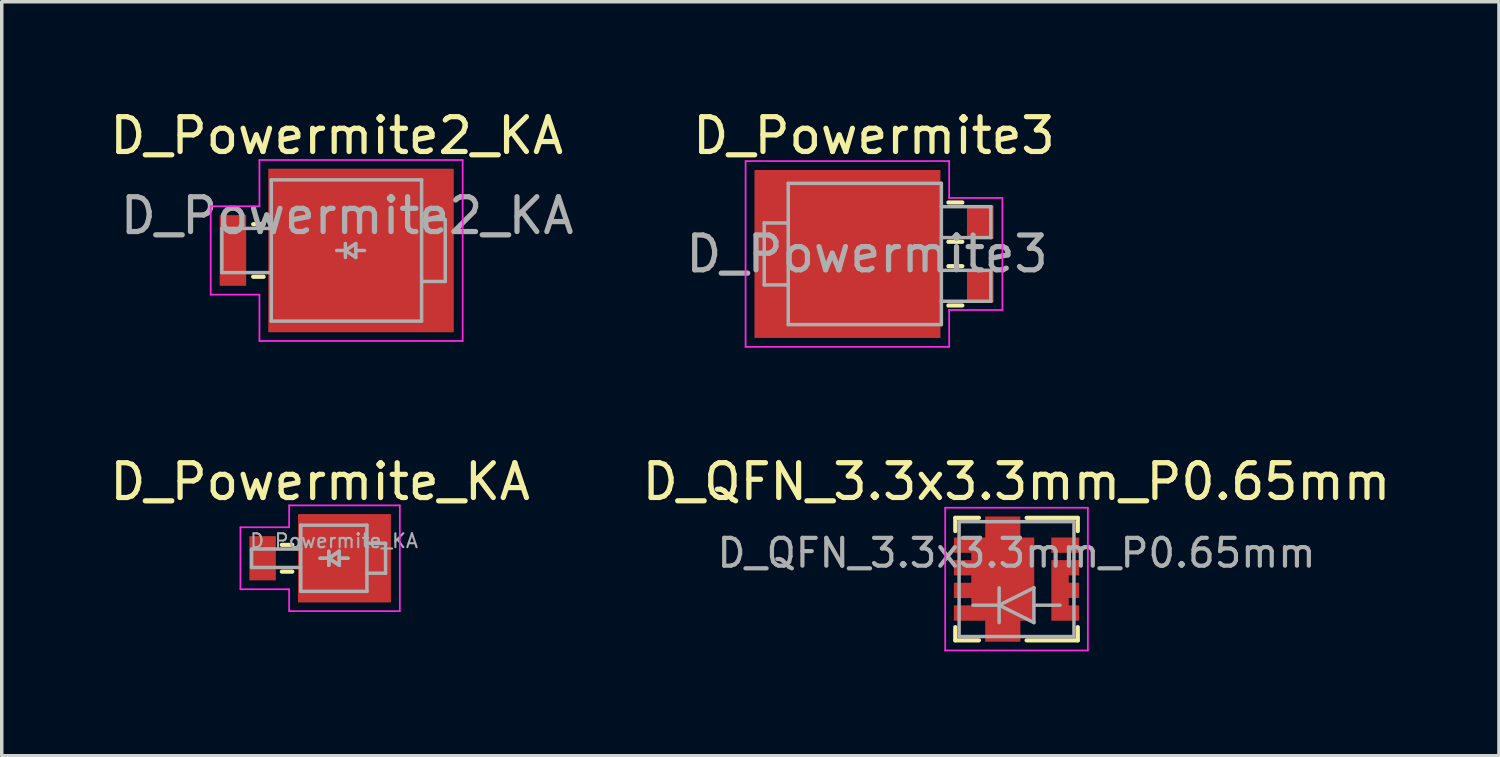
<source format=kicad_pcb>
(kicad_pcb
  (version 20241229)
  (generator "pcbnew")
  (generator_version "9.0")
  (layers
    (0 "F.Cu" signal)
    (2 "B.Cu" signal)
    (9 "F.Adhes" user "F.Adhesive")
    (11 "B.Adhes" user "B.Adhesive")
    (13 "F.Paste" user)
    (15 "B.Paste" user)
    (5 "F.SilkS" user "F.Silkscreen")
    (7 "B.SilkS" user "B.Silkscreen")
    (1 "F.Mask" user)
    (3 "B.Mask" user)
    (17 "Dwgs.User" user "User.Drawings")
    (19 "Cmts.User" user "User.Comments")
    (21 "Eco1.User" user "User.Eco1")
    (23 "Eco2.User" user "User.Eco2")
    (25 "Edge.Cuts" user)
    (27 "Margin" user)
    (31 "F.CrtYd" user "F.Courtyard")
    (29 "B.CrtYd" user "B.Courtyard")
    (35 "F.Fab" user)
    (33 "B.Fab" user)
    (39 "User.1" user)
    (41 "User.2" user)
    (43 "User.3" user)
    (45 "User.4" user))
  (footprint "D_Powermite3"
    (layer "F.Cu")
    (at 22.065 4.248)
    (property "Reference" "D_Powermite3" (at 0 -3.4 0) (layer "F.SilkS") (effects (font (size 1 1) (thickness 0.15))))
    (attr smd)
    (fp_line (start 2.538 -1.48) (end 2.138 -1.48) (stroke (width 0.12) (type solid)) (layer "F.SilkS"))
    (fp_line (start 2.538 -0.35) (end 2.138 -0.35) (stroke (width 0.12) (type solid)) (layer "F.SilkS"))
    (fp_line (start 2.538 0.35) (end 2.138 0.35) (stroke (width 0.12) (type solid)) (layer "F.SilkS"))
    (fp_line (start 2.538 1.48) (end 2.138 1.48) (stroke (width 0.12) (type solid)) (layer "F.SilkS"))
    (fp_line (start -3.69 -2.67) (end -3.69 2.67) (stroke (width 0.05) (type solid)) (layer "F.CrtYd"))
    (fp_line (start -3.69 2.67) (end 2.16 2.67) (stroke (width 0.05) (type solid)) (layer "F.CrtYd"))
    (fp_line (start 2.16 -2.67) (end -3.69 -2.67) (stroke (width 0.05) (type solid)) (layer "F.CrtYd"))
    (fp_line (start 2.16 -1.61) (end 2.16 -2.67) (stroke (width 0.05) (type solid)) (layer "F.CrtYd"))
    (fp_line (start 2.16 1.61) (end 3.69 1.61) (stroke (width 0.05) (type solid)) (layer "F.CrtYd"))
    (fp_line (start 2.16 2.67) (end 2.16 1.61) (stroke (width 0.05) (type solid)) (layer "F.CrtYd"))
    (fp_line (start 3.69 -1.61) (end 2.16 -1.61) (stroke (width 0.05) (type solid)) (layer "F.CrtYd"))
    (fp_line (start 3.69 1.61) (end 3.69 -1.61) (stroke (width 0.05) (type solid)) (layer "F.CrtYd"))
    (fp_line (start -3.154 -0.89) (end -2.464 -0.89) (stroke (width 0.1) (type solid)) (layer "F.Fab"))
    (fp_line (start -3.154 0.89) (end -3.154 -0.89) (stroke (width 0.1) (type solid)) (layer "F.Fab"))
    (fp_line (start -2.464 -2.03) (end -2.464 2.03) (stroke (width 0.1) (type solid)) (layer "F.Fab"))
    (fp_line (start -2.464 0.89) (end -3.154 0.89) (stroke (width 0.1) (type solid)) (layer "F.Fab"))
    (fp_line (start -2.464 2.03) (end 1.936 2.03) (stroke (width 0.1) (type solid)) (layer "F.Fab"))
    (fp_line (start 1.936 -2.03) (end -2.464 -2.03) (stroke (width 0.1) (type solid)) (layer "F.Fab"))
    (fp_line (start 1.936 2.03) (end 1.936 -2.03) (stroke (width 0.1) (type solid)) (layer "F.Fab"))
    (fp_line (start 3.358 -1.359) (end 1.936 -1.359) (stroke (width 0.1) (type solid)) (layer "F.Fab"))
    (fp_line (start 3.358 -0.47) (end 1.936 -0.47) (stroke (width 0.1) (type solid)) (layer "F.Fab"))
    (fp_line (start 3.358 -0.47) (end 3.358 -1.359) (stroke (width 0.1) (type solid)) (layer "F.Fab"))
    (fp_line (start 3.358 0.47) (end 1.936 0.47) (stroke (width 0.1) (type solid)) (layer "F.Fab"))
    (fp_line (start 3.358 1.359) (end 1.936 1.359) (stroke (width 0.1) (type solid)) (layer "F.Fab"))
    (fp_line (start 3.358 1.359) (end 3.358 0.47) (stroke (width 0.1) (type solid)) (layer "F.Fab"))
    (fp_text user "${REFERENCE}" (at -0.2 0 0) (layer "F.Fab") (effects (font (size 1 1) (thickness 0.15))))
    (pad "1" smd rect (at -0.762 0 180) (size 5.344 4.826) (layers "F.Cu" "F.Mask" "F.Paste"))
    (pad "2" smd rect (at 3.053 -0.914 180) (size 0.762 0.965) (layers "F.Cu" "F.Mask" "F.Paste"))
    (pad "3" smd rect (at 3.053 0.914 180) (size 0.762 0.965) (layers "F.Cu" "F.Mask" "F.Paste")))
  (footprint "D_Powermite2_KA"
    (layer "F.Cu")
    (at 6.625 4.148)
    (property "Reference" "D_Powermite2_KA" (at 0 -3.3 0) (layer "F.SilkS") (effects (font (size 1 1) (thickness 0.15))))
    (attr smd)
    (fp_line (start -2.4 -0.755) (end -2.1 -0.755) (stroke (width 0.12) (type solid)) (layer "F.SilkS"))
    (fp_line (start -2.4 0.755) (end -2.1 0.755) (stroke (width 0.12) (type solid)) (layer "F.SilkS"))
    (fp_line (start -3.62 -1.27) (end -3.62 1.27) (stroke (width 0.05) (type solid)) (layer "F.CrtYd"))
    (fp_line (start -3.62 1.27) (end -2.22 1.27) (stroke (width 0.05) (type solid)) (layer "F.CrtYd"))
    (fp_line (start -2.22 -2.6) (end -2.22 -1.27) (stroke (width 0.05) (type solid)) (layer "F.CrtYd"))
    (fp_line (start -2.22 -1.27) (end -3.62 -1.27) (stroke (width 0.05) (type solid)) (layer "F.CrtYd"))
    (fp_line (start -2.22 1.27) (end -2.22 2.6) (stroke (width 0.05) (type solid)) (layer "F.CrtYd"))
    (fp_line (start -2.22 2.6) (end 3.62 2.6) (stroke (width 0.05) (type solid)) (layer "F.CrtYd"))
    (fp_line (start 3.62 -2.6) (end -2.22 -2.6) (stroke (width 0.05) (type solid)) (layer "F.CrtYd"))
    (fp_line (start 3.62 2.6) (end 3.62 -2.6) (stroke (width 0.05) (type solid)) (layer "F.CrtYd"))
    (fp_line (start -3.3 -0.635) (end -3.3 0.635) (stroke (width 0.1) (type solid)) (layer "F.Fab"))
    (fp_line (start -3.3 -0.635) (end -1.88 -0.635) (stroke (width 0.1) (type solid)) (layer "F.Fab"))
    (fp_line (start -3.3 0.635) (end -1.88 0.635) (stroke (width 0.1) (type solid)) (layer "F.Fab"))
    (fp_line (start -1.88 -2.03) (end -1.88 2.03) (stroke (width 0.1) (type solid)) (layer "F.Fab"))
    (fp_line (start -1.88 2.03) (end 2.44 2.03) (stroke (width 0.1) (type solid)) (layer "F.Fab"))
    (fp_line (start 0.25 0) (end 0 0) (stroke (width 0.1) (type solid)) (layer "F.Fab"))
    (fp_line (start 0.25 0) (end 0.55 0.2) (stroke (width 0.1) (type solid)) (layer "F.Fab"))
    (fp_line (start 0.25 0.2) (end 0.25 -0.2) (stroke (width 0.1) (type solid)) (layer "F.Fab"))
    (fp_line (start 0.55 -0.2) (end 0.25 0) (stroke (width 0.1) (type solid)) (layer "F.Fab"))
    (fp_line (start 0.55 0) (end 0.8 0) (stroke (width 0.1) (type solid)) (layer "F.Fab"))
    (fp_line (start 0.55 0.2) (end 0.55 -0.2) (stroke (width 0.1) (type solid)) (layer "F.Fab"))
    (fp_line (start 2.44 -2.03) (end -1.88 -2.03) (stroke (width 0.1) (type solid)) (layer "F.Fab"))
    (fp_line (start 2.44 -0.89) (end 3.12 -0.89) (stroke (width 0.1) (type solid)) (layer "F.Fab"))
    (fp_line (start 2.44 2.03) (end 2.44 -2.03) (stroke (width 0.1) (type solid)) (layer "F.Fab"))
    (fp_line (start 3.12 -0.89) (end 3.12 0.89) (stroke (width 0.1) (type solid)) (layer "F.Fab"))
    (fp_line (start 3.12 0.89) (end 2.44 0.89) (stroke (width 0.1) (type solid)) (layer "F.Fab"))
    (fp_text user "${REFERENCE}" (at 0.3 -1 0) (layer "F.Fab") (effects (font (size 1 1) (thickness 0.15))))
    (pad "1" smd rect (at -2.982 0) (size 0.762 2.03) (layers "F.Cu" "F.Mask" "F.Paste"))
    (pad "2" smd rect (at 0.699 0) (size 5.33 4.7) (layers "F.Cu" "F.Mask" "F.Paste")))
  (footprint "D_Powermite_KA"
    (layer "F.Cu")
    (at 6.149 12.992)
    (property "Reference" "D_Powermite_KA" (at 0 -2.2 0) (layer "F.SilkS") (effects (font (size 1 1) (thickness 0.15))))
    (attr smd)
    (fp_line (start -1.1 -0.385) (end -0.8 -0.385) (stroke (width 0.12) (type solid)) (layer "F.SilkS"))
    (fp_line (start -1.1 0.385) (end -0.8 0.385) (stroke (width 0.12) (type solid)) (layer "F.SilkS"))
    (fp_line (start -2.29 -0.89) (end -2.29 0.89) (stroke (width 0.05) (type solid)) (layer "F.CrtYd"))
    (fp_line (start -2.29 0.89) (end -0.89 0.89) (stroke (width 0.05) (type solid)) (layer "F.CrtYd"))
    (fp_line (start -0.89 -1.52) (end -0.89 -0.89) (stroke (width 0.05) (type solid)) (layer "F.CrtYd"))
    (fp_line (start -0.89 -0.89) (end -2.29 -0.89) (stroke (width 0.05) (type solid)) (layer "F.CrtYd"))
    (fp_line (start -0.89 0.89) (end -0.89 1.52) (stroke (width 0.05) (type solid)) (layer "F.CrtYd"))
    (fp_line (start -0.89 1.52) (end 2.29 1.52) (stroke (width 0.05) (type solid)) (layer "F.CrtYd"))
    (fp_line (start 2.29 -1.52) (end -0.89 -1.52) (stroke (width 0.05) (type solid)) (layer "F.CrtYd"))
    (fp_line (start 2.29 1.52) (end 2.29 -1.52) (stroke (width 0.05) (type solid)) (layer "F.CrtYd"))
    (fp_line (start -1.97 -0.265) (end -1.97 0.265) (stroke (width 0.1) (type solid)) (layer "F.Fab"))
    (fp_line (start -1.97 -0.265) (end -0.555 -0.265) (stroke (width 0.1) (type solid)) (layer "F.Fab"))
    (fp_line (start -1.97 0.265) (end -0.555 0.265) (stroke (width 0.1) (type solid)) (layer "F.Fab"))
    (fp_line (start -0.555 -0.95) (end -0.555 0.95) (stroke (width 0.1) (type solid)) (layer "F.Fab"))
    (fp_line (start -0.555 0.95) (end 1.345 0.95) (stroke (width 0.1) (type solid)) (layer "F.Fab"))
    (fp_line (start 0.25 0) (end 0 0) (stroke (width 0.1) (type solid)) (layer "F.Fab"))
    (fp_line (start 0.25 0) (end 0 0) (stroke (width 0.1) (type solid)) (layer "F.Fab"))
    (fp_line (start 0.25 0) (end 0.55 0.2) (stroke (width 0.1) (type solid)) (layer "F.Fab"))
    (fp_line (start 0.25 0) (end 0.55 0.2) (stroke (width 0.1) (type solid)) (layer "F.Fab"))
    (fp_line (start 0.25 0.2) (end 0.25 -0.2) (stroke (width 0.1) (type solid)) (layer "F.Fab"))
    (fp_line (start 0.25 0.2) (end 0.25 -0.2) (stroke (width 0.1) (type solid)) (layer "F.Fab"))
    (fp_line (start 0.55 -0.2) (end 0.25 0) (stroke (width 0.1) (type solid)) (layer "F.Fab"))
    (fp_line (start 0.55 -0.2) (end 0.25 0) (stroke (width 0.1) (type solid)) (layer "F.Fab"))
    (fp_line (start 0.55 0) (end 0.8 0) (stroke (width 0.1) (type solid)) (layer "F.Fab"))
    (fp_line (start 0.55 0) (end 0.8 0) (stroke (width 0.1) (type solid)) (layer "F.Fab"))
    (fp_line (start 0.55 0.2) (end 0.55 -0.2) (stroke (width 0.1) (type solid)) (layer "F.Fab"))
    (fp_line (start 0.55 0.2) (end 0.55 -0.2) (stroke (width 0.1) (type solid)) (layer "F.Fab"))
    (fp_line (start 1.345 -0.95) (end -0.555 -0.95) (stroke (width 0.1) (type solid)) (layer "F.Fab"))
    (fp_line (start 1.345 -0.43) (end 1.88 -0.43) (stroke (width 0.1) (type solid)) (layer "F.Fab"))
    (fp_line (start 1.345 0.95) (end 1.345 -0.95) (stroke (width 0.1) (type solid)) (layer "F.Fab"))
    (fp_line (start 1.88 -0.43) (end 1.88 0.43) (stroke (width 0.1) (type solid)) (layer "F.Fab"))
    (fp_line (start 1.88 0.43) (end 1.345 0.43) (stroke (width 0.1) (type solid)) (layer "F.Fab"))
    (fp_text user "${REFERENCE}" (at 0.4 -0.5 0) (layer "F.Fab") (effects (font (size 0.4 0.4) (thickness 0.06))))
    (pad "1" smd rect (at -1.653 0) (size 0.762 1.27) (layers "F.Cu" "F.Mask" "F.Paste"))
    (pad "2" smd rect (at 0.699 0) (size 2.67 2.54) (layers "F.Cu" "F.Mask" "F.Paste")))
  (footprint "D_QFN_3.3x3.3mm_P0.65mm"
    (layer "F.Cu")
    (at 26.161 13.591)
    (property "Reference" "D_QFN_3.3x3.3mm_P0.65mm" (at 0 -2.8 0) (layer "F.SilkS") (effects (font (size 1 1) (thickness 0.15))))
    (attr smd)
    (fp_line (start -1.76 -1.76) (end -1.76 -1.38) (stroke (width 0.12) (type solid)) (layer "F.SilkS"))
    (fp_line (start -1.76 -1.76) (end -1.08 -1.76) (stroke (width 0.12) (type solid)) (layer "F.SilkS"))
    (fp_line (start -1.76 1.76) (end -1.76 1.38) (stroke (width 0.12) (type solid)) (layer "F.SilkS"))
    (fp_line (start -1.76 1.76) (end -1.08 1.76) (stroke (width 0.12) (type solid)) (layer "F.SilkS"))
    (fp_line (start 0.29 -1.76) (end 1.76 -1.76) (stroke (width 0.12) (type solid)) (layer "F.SilkS"))
    (fp_line (start 0.29 1.76) (end 1.76 1.76) (stroke (width 0.12) (type solid)) (layer "F.SilkS"))
    (fp_line (start 1.76 -1.76) (end 1.76 -1.38) (stroke (width 0.12) (type solid)) (layer "F.SilkS"))
    (fp_line (start 1.76 1.76) (end 1.76 1.38) (stroke (width 0.12) (type solid)) (layer "F.SilkS"))
    (fp_line (start -2.05 -2.05) (end 2.05 -2.05) (stroke (width 0.05) (type solid)) (layer "F.CrtYd"))
    (fp_line (start -2.05 2.05) (end -2.05 -2.05) (stroke (width 0.05) (type solid)) (layer "F.CrtYd"))
    (fp_line (start -2.05 2.05) (end 2.05 2.05) (stroke (width 0.05) (type solid)) (layer "F.CrtYd"))
    (fp_line (start 2.05 2.05) (end 2.05 -2.05) (stroke (width 0.05) (type solid)) (layer "F.CrtYd"))
    (fp_line (start -1.65 -1.65) (end 1.65 -1.65) (stroke (width 0.1) (type solid)) (layer "F.Fab"))
    (fp_line (start -1.65 1.65) (end -1.65 -1.65) (stroke (width 0.1) (type solid)) (layer "F.Fab"))
    (fp_line (start -0.5 0.25) (end -0.5 1.25) (stroke (width 0.1) (type solid)) (layer "F.Fab"))
    (fp_line (start -0.5 0.75) (end -1.25 0.75) (stroke (width 0.1) (type solid)) (layer "F.Fab"))
    (fp_line (start -0.5 0.75) (end 0.5 0.25) (stroke (width 0.1) (type solid)) (layer "F.Fab"))
    (fp_line (start 0.5 0.25) (end 0.5 1.25) (stroke (width 0.1) (type solid)) (layer "F.Fab"))
    (fp_line (start 0.5 0.75) (end 1.25 0.75) (stroke (width 0.1) (type solid)) (layer "F.Fab"))
    (fp_line (start 0.5 1.25) (end -0.5 0.75) (stroke (width 0.1) (type solid)) (layer "F.Fab"))
    (fp_line (start 1.65 -1.65) (end 1.65 1.65) (stroke (width 0.1) (type solid)) (layer "F.Fab"))
    (fp_line (start 1.65 1.65) (end -1.65 1.65) (stroke (width 0.1) (type solid)) (layer "F.Fab"))
    (fp_text user "${REFERENCE}" (at 0 -0.75 0) (layer "F.Fab") (effects (font (size 0.8 0.8) (thickness 0.12))))
    (pad "" smd rect (at 1.4 -0.975) (size 0.8 0.44) (layers "F.Cu" "F.Mask" "F.Paste"))
    (pad "1" smd custom (at -0.645 0) (size 0.5 0.5) (layers "F.Cu" "F.Mask" "F.Paste") (options (anchor rect)) (primitives (gr_poly (pts (xy 0.755 -1.195) (xy 1.155 -1.195) (xy 1.155 1.195) (xy 0.755 1.195) (xy 0.755 1.8) (xy -0.255 1.8) (xy -0.255 1.195) (xy -1.155 1.195) (xy -1.155 0.755) (xy -0.655 0.755) (xy -0.655 0.545) (xy -1.155 0.545) (xy -1.155 0.105) (xy -0.655 0.105) (xy -0.655 -0.105) (xy -1.155 -0.105) (xy -1.155 -0.545) (xy -0.655 -0.545) (xy -0.655 -0.755) (xy -1.155 -0.755) (xy -1.155 -1.195) (xy -0.255 -1.195) (xy -0.255 -1.8) (xy 0.755 -1.8)) (width 0) (fill yes))))
    (pad "2" smd custom (at 1.4 0.325) (size 0.4 0.4) (layers "F.Cu" "F.Mask" "F.Paste") (options (anchor rect)) (primitives (gr_poly (pts (xy 0.4 -0.43) (xy 0.1 -0.43) (xy 0.1 -0.22) (xy 0.4 -0.22) (xy 0.4 0.22) (xy 0.1 0.22) (xy 0.1 0.43) (xy 0.4 0.43) (xy 0.4 0.87) (xy -0.4 0.87) (xy -0.4 -0.87) (xy 0.4 -0.87)) (width 0) (fill yes)))))
  (gr_rect
    (start -3 -3)
    (end 40.024 18.666)
    (stroke (width 0.1) (type default))
    (fill no)
    (layer "Edge.Cuts")))
</source>
